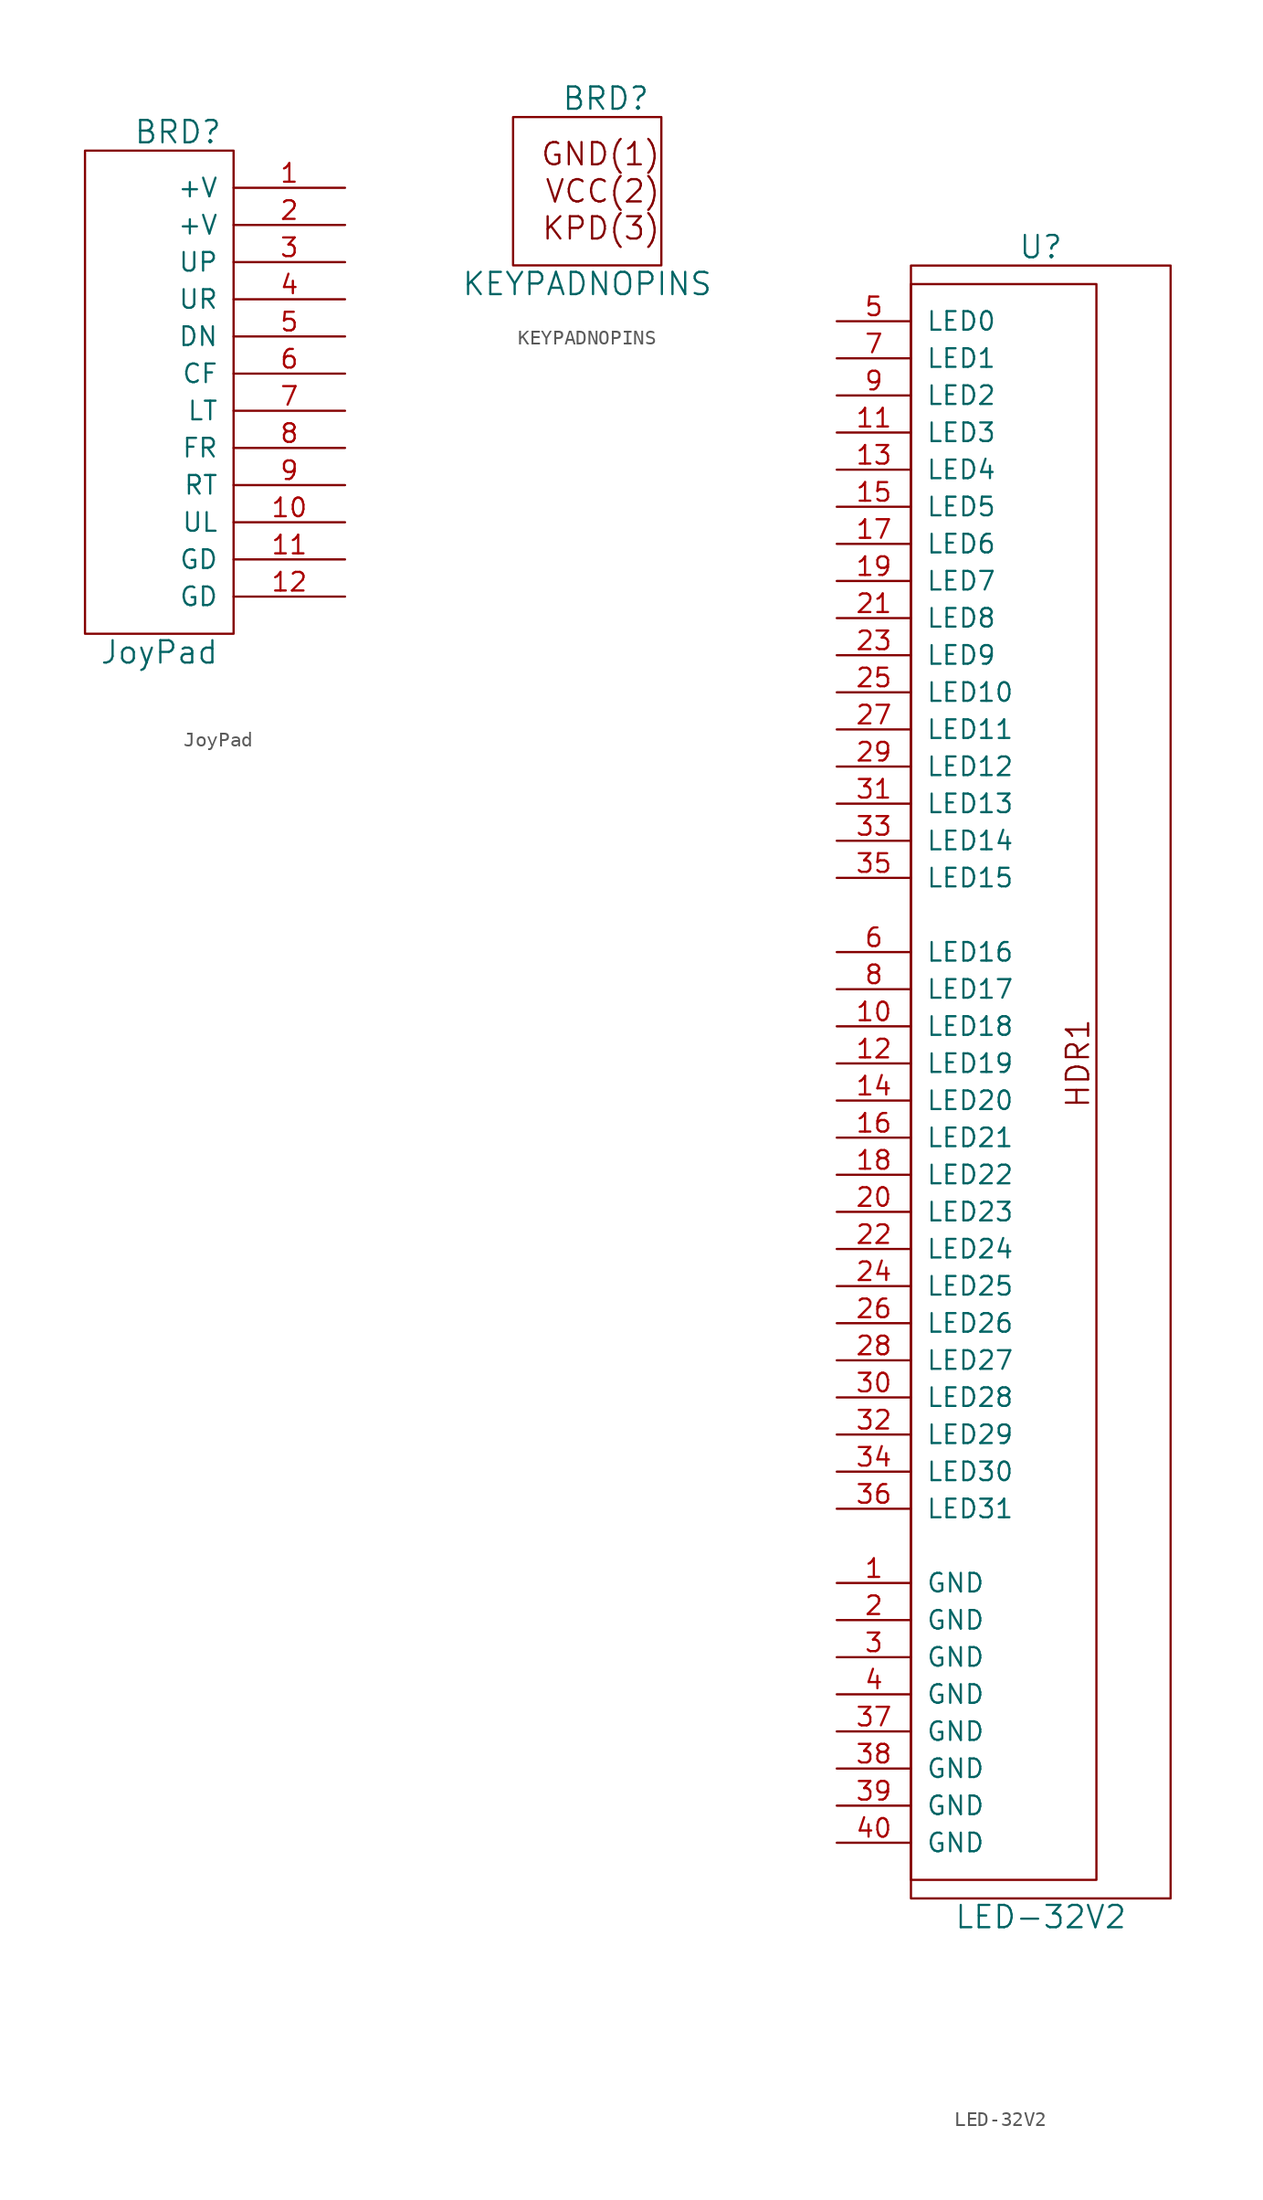
<source format=kicad_sym>
(kicad_symbol_lib
  (version 20220914)
  (generator kicad_symbol_editor)
  (symbol "JoyPad"
    (pin_names
      (offset 1.016))
    (property "Reference" "BRD"
      (at 1.27 17.78 0)
      (effects (font (size 1.524 1.524))))
    (property "Value" "JoyPad"
      (at 0 -17.78 0)
      (effects (font (size 1.524 1.524))))
    (property "Footprint" ""
      (at 0 6.35 0)
      (effects (font (size 1.524 1.524))))
    (property "Datasheet" ""
      (at 0 6.35 0)
      (effects (font (size 1.524 1.524))))
    (symbol "JoyPad_0_0"
      (rectangle (start -5.08 16.51) (end 5.08 -16.51) (stroke (width 0) (type default)) (fill (type none))))
    (symbol "JoyPad_1_1"
      (pin power_in line (at 12.7 13.97 180) (length 7.62) (name "+V" (effects (font (size 1.27 1.27)))) (number "1" (effects (font (size 1.27 1.27)))))
      (pin output line (at 12.7 -8.89 180) (length 7.62) (name "UL" (effects (font (size 1.27 1.27)))) (number "10" (effects (font (size 1.27 1.27)))))
      (pin power_in line (at 12.7 -11.43 180) (length 7.62) (name "GD" (effects (font (size 1.27 1.27)))) (number "11" (effects (font (size 1.27 1.27)))))
      (pin power_in line (at 12.7 -13.97 180) (length 7.62) (name "GD" (effects (font (size 1.27 1.27)))) (number "12" (effects (font (size 1.27 1.27)))))
      (pin power_in line (at 12.7 11.43 180) (length 7.62) (name "+V" (effects (font (size 1.27 1.27)))) (number "2" (effects (font (size 1.27 1.27)))))
      (pin output line (at 12.7 8.89 180) (length 7.62) (name "UP" (effects (font (size 1.27 1.27)))) (number "3" (effects (font (size 1.27 1.27)))))
      (pin output line (at 12.7 6.35 180) (length 7.62) (name "UR" (effects (font (size 1.27 1.27)))) (number "4" (effects (font (size 1.27 1.27)))))
      (pin output line (at 12.7 3.81 180) (length 7.62) (name "DN" (effects (font (size 1.27 1.27)))) (number "5" (effects (font (size 1.27 1.27)))))
      (pin output line (at 12.7 1.27 180) (length 7.62) (name "CF" (effects (font (size 1.27 1.27)))) (number "6" (effects (font (size 1.27 1.27)))))
      (pin output line (at 12.7 -1.27 180) (length 7.62) (name "LT" (effects (font (size 1.27 1.27)))) (number "7" (effects (font (size 1.27 1.27)))))
      (pin output line (at 12.7 -3.81 180) (length 7.62) (name "FR" (effects (font (size 1.27 1.27)))) (number "8" (effects (font (size 1.27 1.27)))))
      (pin output line (at 12.7 -6.35 180) (length 7.62) (name "RT" (effects (font (size 1.27 1.27)))) (number "9" (effects (font (size 1.27 1.27)))))))
  (symbol "KEYPADNOPINS"
    (pin_names
      (offset 1.016))
    (property "Reference" "BRD"
      (at 1.27 11.43 0)
      (effects (font (size 1.524 1.524))))
    (property "Value" "KEYPADNOPINS"
      (at 0 -1.27 0)
      (effects (font (size 1.524 1.524))))
    (property "Footprint" ""
      (at 0 0 0)
      (effects (font (size 1.524 1.524))))
    (property "Datasheet" ""
      (at 0 0 0)
      (effects (font (size 1.524 1.524))))
    (symbol "KEYPADNOPINS_0_0"
      (rectangle (start -5.08 0) (end 5.08 10.16) (stroke (width 0) (type default)) (fill (type none)))
      (text "GND(1)" (at 5.08 7.62 0) (effects (font (size 1.524 1.524)) (justify right)))
      (text "KPD(3)" (at 5.08 2.54 0) (effects (font (size 1.524 1.524)) (justify right)))
      (text "VCC(2)" (at 5.08 5.08 0) (effects (font (size 1.524 1.524)) (justify right)))))
  (symbol "LED-32V2"
    (pin_names
      (offset 1.016))
    (property "Reference" "U"
      (at 0 55.88 0)
      (effects (font (size 1.524 1.524))))
    (property "Value" "LED-32V2"
      (at 0 -58.42 0)
      (effects (font (size 1.524 1.524))))
    (property "Footprint" ""
      (at 0 -2.54 0)
      (effects (font (size 1.524 1.524))))
    (property "Datasheet" ""
      (at 0 -2.54 0)
      (effects (font (size 1.524 1.524))))
    (symbol "LED-32V2_0_0"
      (text "HDR1" (at 2.54 0 900) (effects (font (size 1.524 1.524)))))
    (symbol "LED-32V2_0_1"
      (rectangle (start -8.89 53.34) (end 3.81 -55.88) (stroke (width 0) (type default)) (fill (type none)))
      (rectangle (start -8.89 54.61) (end 8.89 -57.15) (stroke (width 0) (type default)) (fill (type none))))
    (symbol "LED-32V2_1_1"
      (pin input line (at -13.97 -35.56 0) (length 5.08) (name "GND" (effects (font (size 1.27 1.27)))) (number "1" (effects (font (size 1.27 1.27)))))
      (pin input line (at -13.97 2.54 0) (length 5.08) (name "LED18" (effects (font (size 1.27 1.27)))) (number "10" (effects (font (size 1.27 1.27)))))
      (pin input line (at -13.97 43.18 0) (length 5.08) (name "LED3" (effects (font (size 1.27 1.27)))) (number "11" (effects (font (size 1.27 1.27)))))
      (pin input line (at -13.97 0 0) (length 5.08) (name "LED19" (effects (font (size 1.27 1.27)))) (number "12" (effects (font (size 1.27 1.27)))))
      (pin input line (at -13.97 40.64 0) (length 5.08) (name "LED4" (effects (font (size 1.27 1.27)))) (number "13" (effects (font (size 1.27 1.27)))))
      (pin input line (at -13.97 -2.54 0) (length 5.08) (name "LED20" (effects (font (size 1.27 1.27)))) (number "14" (effects (font (size 1.27 1.27)))))
      (pin input line (at -13.97 38.1 0) (length 5.08) (name "LED5" (effects (font (size 1.27 1.27)))) (number "15" (effects (font (size 1.27 1.27)))))
      (pin input line (at -13.97 -5.08 0) (length 5.08) (name "LED21" (effects (font (size 1.27 1.27)))) (number "16" (effects (font (size 1.27 1.27)))))
      (pin input line (at -13.97 35.56 0) (length 5.08) (name "LED6" (effects (font (size 1.27 1.27)))) (number "17" (effects (font (size 1.27 1.27)))))
      (pin input line (at -13.97 -7.62 0) (length 5.08) (name "LED22" (effects (font (size 1.27 1.27)))) (number "18" (effects (font (size 1.27 1.27)))))
      (pin input line (at -13.97 33.02 0) (length 5.08) (name "LED7" (effects (font (size 1.27 1.27)))) (number "19" (effects (font (size 1.27 1.27)))))
      (pin input line (at -13.97 -38.1 0) (length 5.08) (name "GND" (effects (font (size 1.27 1.27)))) (number "2" (effects (font (size 1.27 1.27)))))
      (pin input line (at -13.97 -10.16 0) (length 5.08) (name "LED23" (effects (font (size 1.27 1.27)))) (number "20" (effects (font (size 1.27 1.27)))))
      (pin input line (at -13.97 30.48 0) (length 5.08) (name "LED8" (effects (font (size 1.27 1.27)))) (number "21" (effects (font (size 1.27 1.27)))))
      (pin input line (at -13.97 -12.7 0) (length 5.08) (name "LED24" (effects (font (size 1.27 1.27)))) (number "22" (effects (font (size 1.27 1.27)))))
      (pin input line (at -13.97 27.94 0) (length 5.08) (name "LED9" (effects (font (size 1.27 1.27)))) (number "23" (effects (font (size 1.27 1.27)))))
      (pin input line (at -13.97 -15.24 0) (length 5.08) (name "LED25" (effects (font (size 1.27 1.27)))) (number "24" (effects (font (size 1.27 1.27)))))
      (pin input line (at -13.97 25.4 0) (length 5.08) (name "LED10" (effects (font (size 1.27 1.27)))) (number "25" (effects (font (size 1.27 1.27)))))
      (pin input line (at -13.97 -17.78 0) (length 5.08) (name "LED26" (effects (font (size 1.27 1.27)))) (number "26" (effects (font (size 1.27 1.27)))))
      (pin input line (at -13.97 22.86 0) (length 5.08) (name "LED11" (effects (font (size 1.27 1.27)))) (number "27" (effects (font (size 1.27 1.27)))))
      (pin input line (at -13.97 -20.32 0) (length 5.08) (name "LED27" (effects (font (size 1.27 1.27)))) (number "28" (effects (font (size 1.27 1.27)))))
      (pin input line (at -13.97 20.32 0) (length 5.08) (name "LED12" (effects (font (size 1.27 1.27)))) (number "29" (effects (font (size 1.27 1.27)))))
      (pin input line (at -13.97 -40.64 0) (length 5.08) (name "GND" (effects (font (size 1.27 1.27)))) (number "3" (effects (font (size 1.27 1.27)))))
      (pin input line (at -13.97 -22.86 0) (length 5.08) (name "LED28" (effects (font (size 1.27 1.27)))) (number "30" (effects (font (size 1.27 1.27)))))
      (pin input line (at -13.97 17.78 0) (length 5.08) (name "LED13" (effects (font (size 1.27 1.27)))) (number "31" (effects (font (size 1.27 1.27)))))
      (pin input line (at -13.97 -25.4 0) (length 5.08) (name "LED29" (effects (font (size 1.27 1.27)))) (number "32" (effects (font (size 1.27 1.27)))))
      (pin input line (at -13.97 15.24 0) (length 5.08) (name "LED14" (effects (font (size 1.27 1.27)))) (number "33" (effects (font (size 1.27 1.27)))))
      (pin input line (at -13.97 -27.94 0) (length 5.08) (name "LED30" (effects (font (size 1.27 1.27)))) (number "34" (effects (font (size 1.27 1.27)))))
      (pin input line (at -13.97 12.7 0) (length 5.08) (name "LED15" (effects (font (size 1.27 1.27)))) (number "35" (effects (font (size 1.27 1.27)))))
      (pin input line (at -13.97 -30.48 0) (length 5.08) (name "LED31" (effects (font (size 1.27 1.27)))) (number "36" (effects (font (size 1.27 1.27)))))
      (pin input line (at -13.97 -45.72 0) (length 5.08) (name "GND" (effects (font (size 1.27 1.27)))) (number "37" (effects (font (size 1.27 1.27)))))
      (pin input line (at -13.97 -48.26 0) (length 5.08) (name "GND" (effects (font (size 1.27 1.27)))) (number "38" (effects (font (size 1.27 1.27)))))
      (pin input line (at -13.97 -50.8 0) (length 5.08) (name "GND" (effects (font (size 1.27 1.27)))) (number "39" (effects (font (size 1.27 1.27)))))
      (pin input line (at -13.97 -43.18 0) (length 5.08) (name "GND" (effects (font (size 1.27 1.27)))) (number "4" (effects (font (size 1.27 1.27)))))
      (pin input line (at -13.97 -53.34 0) (length 5.08) (name "GND" (effects (font (size 1.27 1.27)))) (number "40" (effects (font (size 1.27 1.27)))))
      (pin input line (at -13.97 50.8 0) (length 5.08) (name "LED0" (effects (font (size 1.27 1.27)))) (number "5" (effects (font (size 1.27 1.27)))))
      (pin input line (at -13.97 7.62 0) (length 5.08) (name "LED16" (effects (font (size 1.27 1.27)))) (number "6" (effects (font (size 1.27 1.27)))))
      (pin input line (at -13.97 48.26 0) (length 5.08) (name "LED1" (effects (font (size 1.27 1.27)))) (number "7" (effects (font (size 1.27 1.27)))))
      (pin input line (at -13.97 5.08 0) (length 5.08) (name "LED17" (effects (font (size 1.27 1.27)))) (number "8" (effects (font (size 1.27 1.27)))))
      (pin input line (at -13.97 45.72 0) (length 5.08) (name "LED2" (effects (font (size 1.27 1.27)))) (number "9" (effects (font (size 1.27 1.27))))))))
</source>
